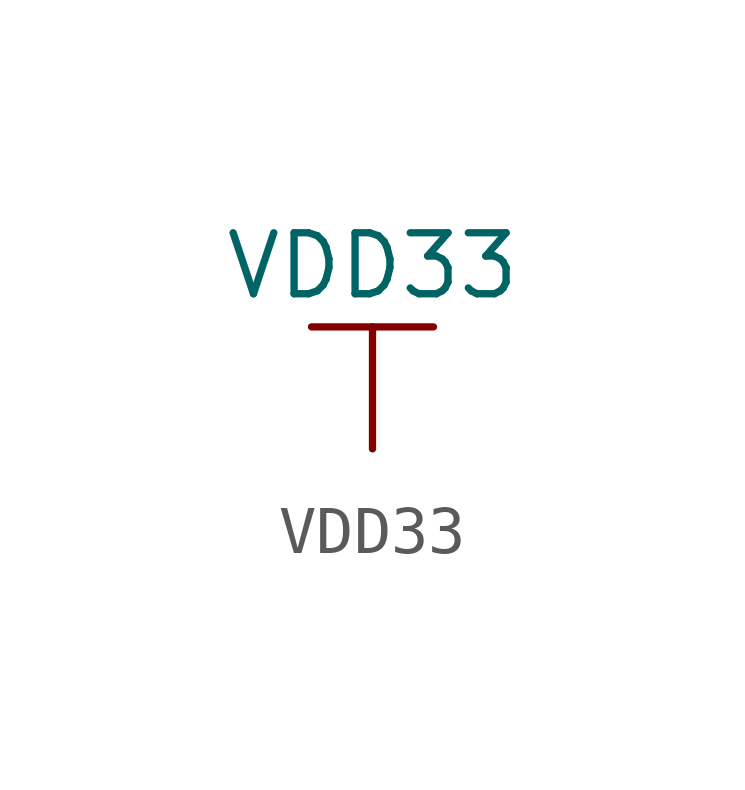
<source format=kicad_sym>
(kicad_symbol_lib
  (version 20211014)
  (generator kicad_symbol_editor)
  (symbol "VDD33"
    (power)
    (pin_names
      (offset 0))
    (property "Reference" "#PWR"
      (at 0 -3.81 0)
      (effects (font (size 1.27 1.27)) hide))
    (property "Value" "VDD33"
      (at 0 3.81 0)
      (effects (font (size 1.27 1.27))))
    (symbol "VDD33_0_1"
      (polyline (pts (xy -1.27 2.54) (xy 1.27 2.54)) (stroke (width 0.152) (type default) (color 0 0 0 0)) (fill (type none)))
      (polyline (pts (xy 0 0) (xy 0 2.54)) (stroke (width 0.152) (type default) (color 0 0 0 0)) (fill (type none))))
    (symbol "VDD33_1_1"
      (pin power_in line (at 0 0 90) (length 0) hide (name "VDD33" (effects (font (size 1.27 1.27)))) (number "1" (effects (font (size 1.27 1.27))))))))
</source>
